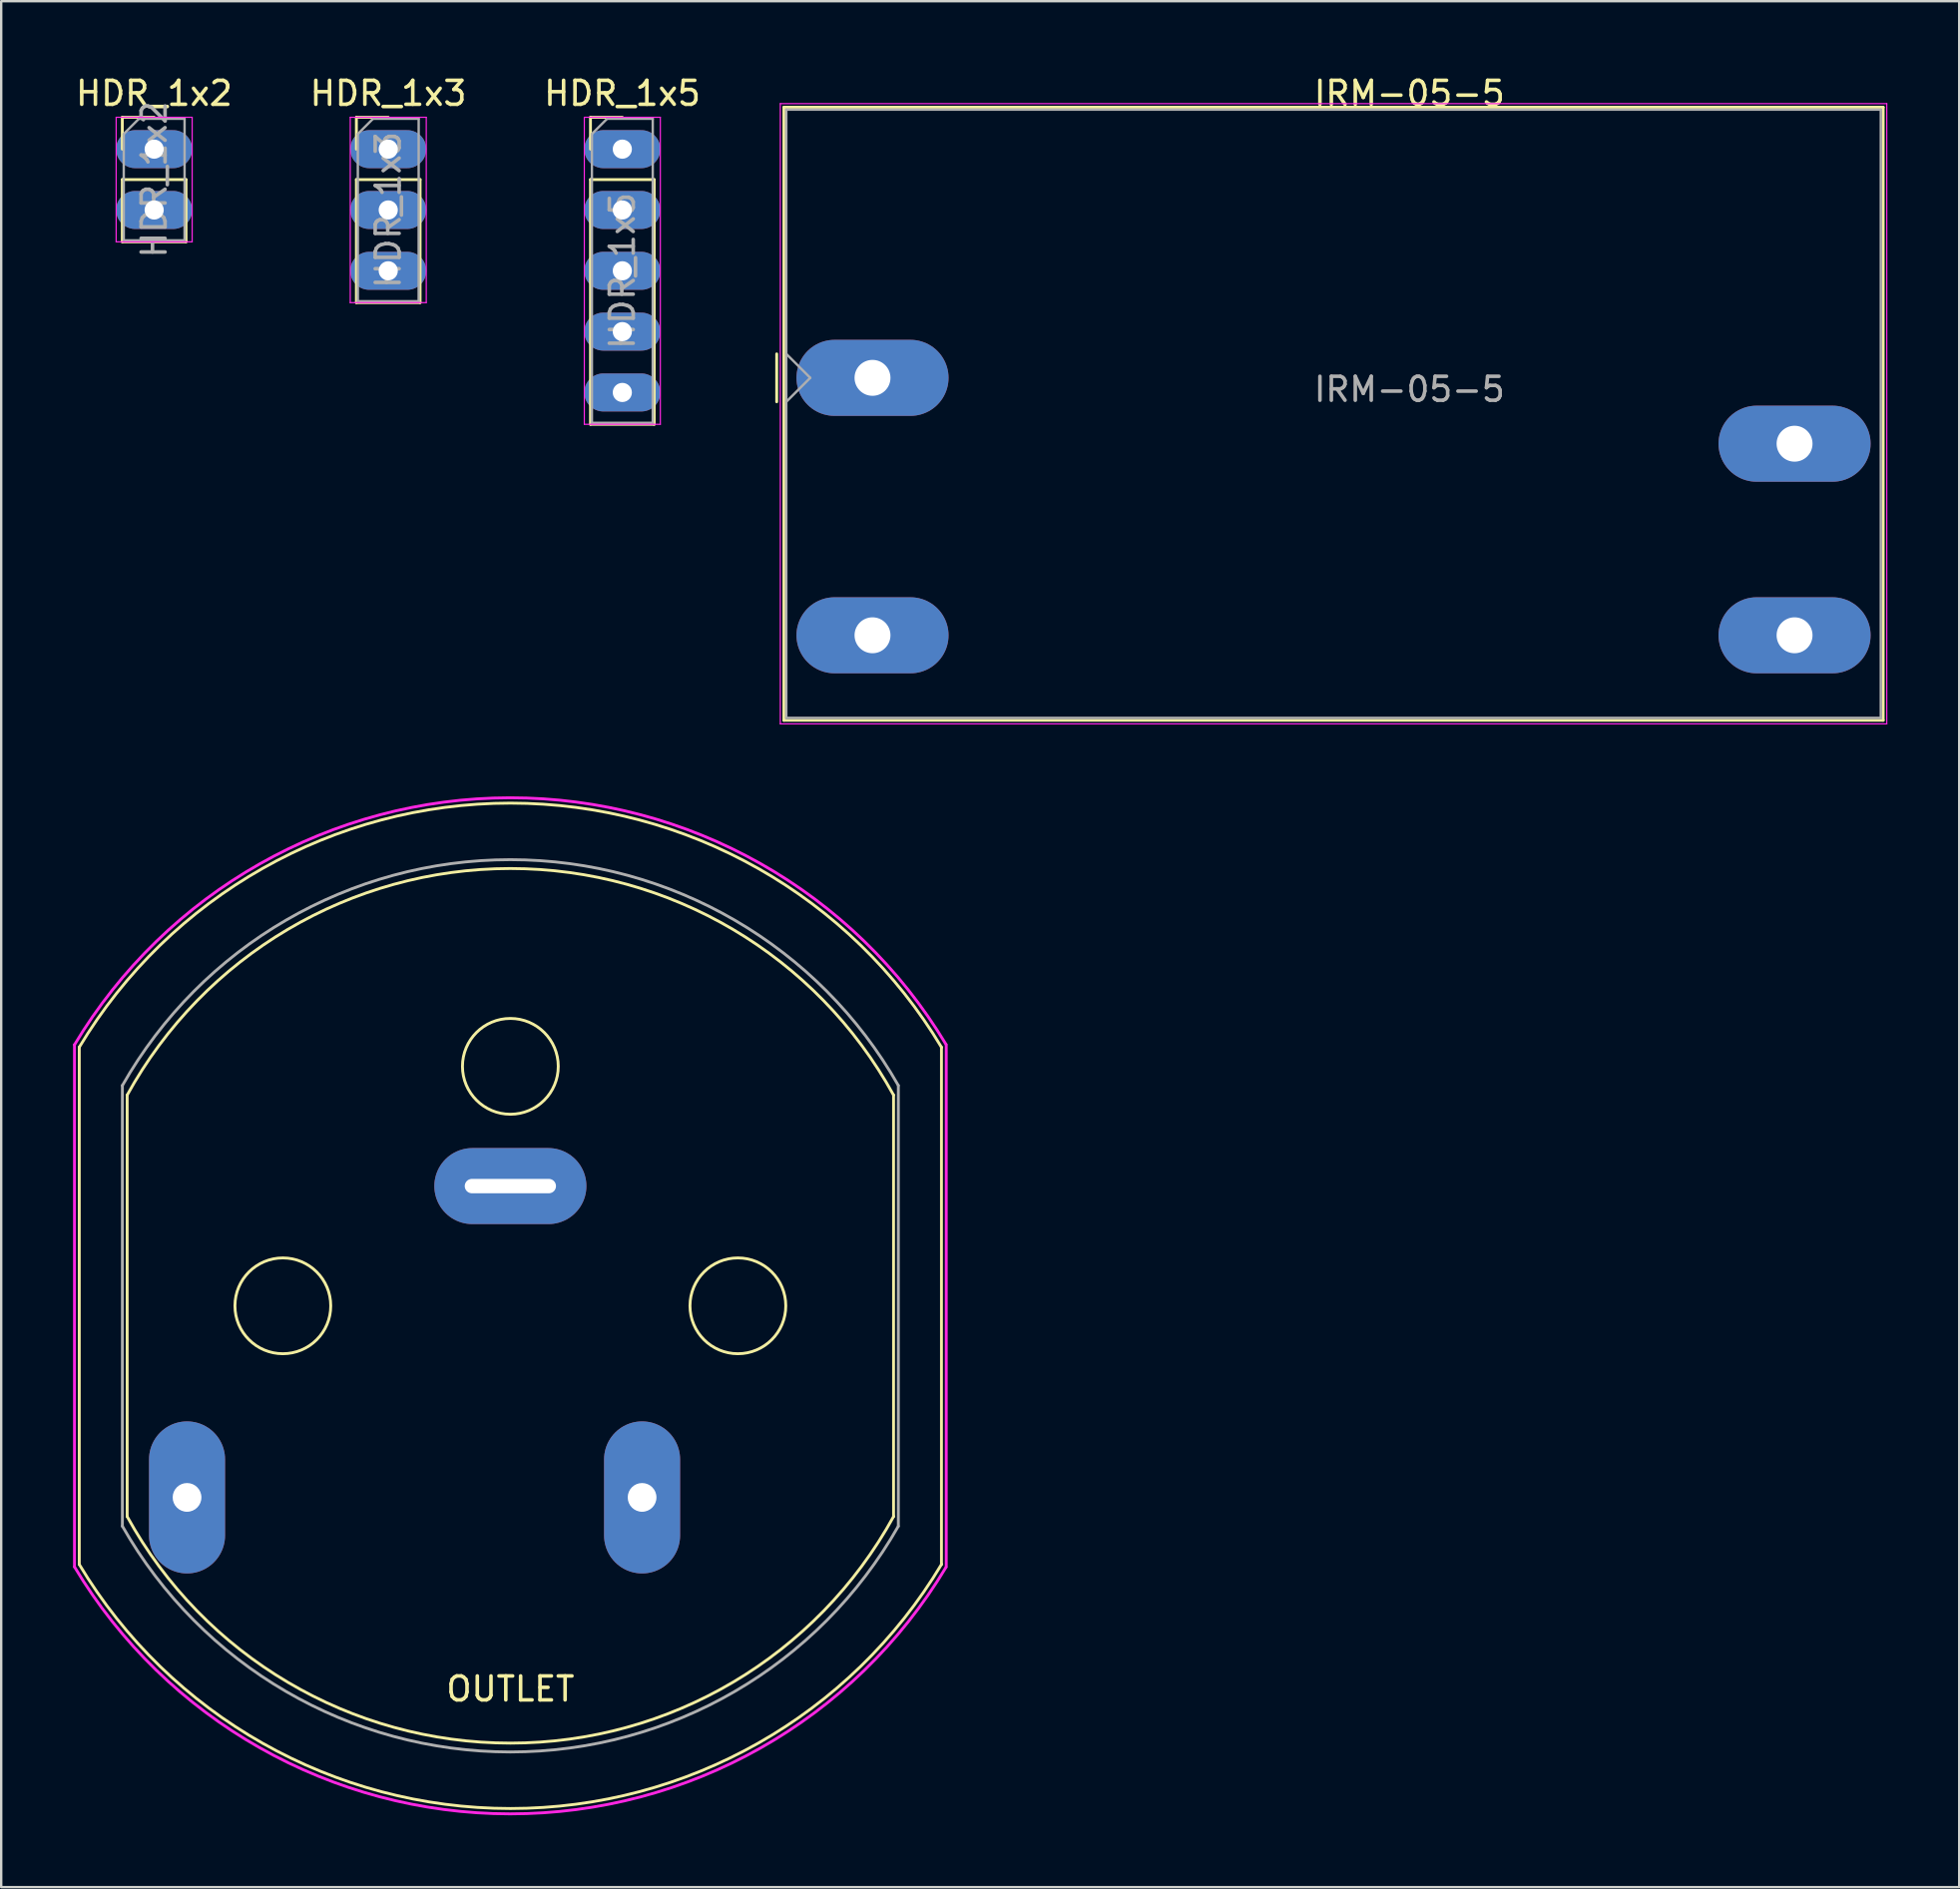
<source format=kicad_pcb>
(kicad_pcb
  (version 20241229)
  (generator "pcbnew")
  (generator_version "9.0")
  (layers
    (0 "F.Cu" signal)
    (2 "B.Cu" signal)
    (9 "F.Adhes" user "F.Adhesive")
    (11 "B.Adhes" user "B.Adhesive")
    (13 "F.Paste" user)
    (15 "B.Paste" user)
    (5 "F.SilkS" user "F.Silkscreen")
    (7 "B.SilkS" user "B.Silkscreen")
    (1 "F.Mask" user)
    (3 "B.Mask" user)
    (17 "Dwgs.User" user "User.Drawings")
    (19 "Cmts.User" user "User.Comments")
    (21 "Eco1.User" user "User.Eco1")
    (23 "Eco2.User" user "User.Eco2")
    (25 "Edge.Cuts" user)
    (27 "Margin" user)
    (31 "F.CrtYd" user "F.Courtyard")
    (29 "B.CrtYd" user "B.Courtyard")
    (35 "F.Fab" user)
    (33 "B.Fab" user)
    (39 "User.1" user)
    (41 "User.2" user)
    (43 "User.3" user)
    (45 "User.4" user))
  (footprint "HDR_1x5"
    (layer "F.Cu")
    (at 22.935 3.178)
    (property "Reference" "HDR_1x5" (at 0 -2.33 0) (layer "F.SilkS") (effects (font (size 1 1) (thickness 0.15))))
    (attr through_hole)
    (fp_line (start -1.33 -1.33) (end 0 -1.33) (stroke (width 0.12) (type solid)) (layer "F.SilkS"))
    (fp_line (start -1.33 0) (end -1.33 -1.33) (stroke (width 0.12) (type solid)) (layer "F.SilkS"))
    (fp_line (start -1.33 1.27) (end -1.33 11.49) (stroke (width 0.12) (type solid)) (layer "F.SilkS"))
    (fp_line (start -1.33 1.27) (end 1.33 1.27) (stroke (width 0.12) (type solid)) (layer "F.SilkS"))
    (fp_line (start -1.33 11.49) (end 1.33 11.49) (stroke (width 0.12) (type solid)) (layer "F.SilkS"))
    (fp_line (start 1.33 1.27) (end 1.33 11.49) (stroke (width 0.12) (type solid)) (layer "F.SilkS"))
    (fp_line (start -1.587 -1.33) (end -1.587 11.49) (stroke (width 0.05) (type solid)) (layer "F.CrtYd"))
    (fp_line (start -1.587 11.49) (end 1.587 11.49) (stroke (width 0.05) (type solid)) (layer "F.CrtYd"))
    (fp_line (start 1.587 -1.33) (end -1.587 -1.33) (stroke (width 0.05) (type solid)) (layer "F.CrtYd"))
    (fp_line (start 1.587 11.49) (end 1.587 -1.33) (stroke (width 0.05) (type solid)) (layer "F.CrtYd"))
    (fp_line (start -1.27 -0.635) (end -0.635 -1.27) (stroke (width 0.1) (type solid)) (layer "F.Fab"))
    (fp_line (start -1.27 11.43) (end -1.27 -0.635) (stroke (width 0.1) (type solid)) (layer "F.Fab"))
    (fp_line (start -0.635 -1.27) (end 1.27 -1.27) (stroke (width 0.1) (type solid)) (layer "F.Fab"))
    (fp_line (start 1.27 -1.27) (end 1.27 11.43) (stroke (width 0.1) (type solid)) (layer "F.Fab"))
    (fp_line (start 1.27 11.43) (end -1.27 11.43) (stroke (width 0.1) (type solid)) (layer "F.Fab"))
    (fp_text user "${REFERENCE}" (at 0 5.08 90) (layer "F.Fab") (effects (font (size 1 1) (thickness 0.15))))
    (pad "1" thru_hole oval (at 0 0) (size 3.175 1.587) (drill 0.8) (layers "*.Cu" "*.Mask"))
    (pad "2" thru_hole oval (at 0 2.54) (size 3.175 1.587) (drill 0.8) (layers "*.Cu" "*.Mask"))
    (pad "3" thru_hole oval (at 0 5.08) (size 3.175 1.587) (drill 0.8) (layers "*.Cu" "*.Mask"))
    (pad "4" thru_hole oval (at 0 7.62) (size 3.175 1.587) (drill 0.8) (layers "*.Cu" "*.Mask"))
    (pad "5" thru_hole oval (at 0 10.16) (size 3.175 1.587) (drill 0.8) (layers "*.Cu" "*.Mask")))
  (footprint "IRM-05-5"
    (layer "F.Cu")
    (at 33.381 12.728)
    (property "Reference" "IRM-05-5" (at 22.42 -11.88 0) (layer "F.SilkS") (effects (font (size 1 1) (thickness 0.15))))
    (attr through_hole)
    (fp_line (start -4 -1) (end -4 1) (stroke (width 0.12) (type solid)) (layer "F.SilkS"))
    (fp_line (start -3.7 -11.3) (end -3.7 14.3) (stroke (width 0.12) (type solid)) (layer "F.SilkS"))
    (fp_line (start -3.7 -11.3) (end 42.2 -11.3) (stroke (width 0.12) (type solid)) (layer "F.SilkS"))
    (fp_line (start -3.7 14.3) (end 42.2 14.3) (stroke (width 0.12) (type solid)) (layer "F.SilkS"))
    (fp_line (start 42.2 -11.3) (end 42.2 14.3) (stroke (width 0.12) (type solid)) (layer "F.SilkS"))
    (fp_line (start -3.85 -11.45) (end -3.85 14.45) (stroke (width 0.05) (type solid)) (layer "F.CrtYd"))
    (fp_line (start -3.85 -11.45) (end 42.35 -11.45) (stroke (width 0.05) (type solid)) (layer "F.CrtYd"))
    (fp_line (start -3.85 14.45) (end 42.35 14.45) (stroke (width 0.05) (type solid)) (layer "F.CrtYd"))
    (fp_line (start 42.35 -11.45) (end 42.35 14.45) (stroke (width 0.05) (type solid)) (layer "F.CrtYd"))
    (fp_line (start -3.6 -11.2) (end -3.6 14.2) (stroke (width 0.1) (type solid)) (layer "F.Fab"))
    (fp_line (start -3.6 14.2) (end 42.1 14.2) (stroke (width 0.1) (type solid)) (layer "F.Fab"))
    (fp_line (start -2.6 0) (end -3.6 -1) (stroke (width 0.1) (type solid)) (layer "F.Fab"))
    (fp_line (start -2.6 0) (end -3.6 1) (stroke (width 0.1) (type solid)) (layer "F.Fab"))
    (fp_line (start 42.1 -11.2) (end -3.6 -11.2) (stroke (width 0.1) (type solid)) (layer "F.Fab"))
    (fp_line (start 42.1 -11.2) (end 42.1 14.2) (stroke (width 0.1) (type solid)) (layer "F.Fab"))
    (fp_text user "${REFERENCE}" (at 22.42 0.48 0) (layer "F.Fab") (effects (font (size 1 1) (thickness 0.15))))
    (pad "1" thru_hole oval (at 0 0) (size 6.35 3.175) (drill 1.5) (layers "*.Cu" "*.Mask"))
    (pad "2" thru_hole oval (at 0 10.75) (size 6.35 3.175) (drill 1.5) (layers "*.Cu" "*.Mask"))
    (pad "3" thru_hole oval (at 38.5 10.75) (size 6.35 3.175) (drill 1.5) (layers "*.Cu" "*.Mask"))
    (pad "4" thru_hole oval (at 38.5 2.75) (size 6.35 3.175) (drill 1.5) (layers "*.Cu" "*.Mask")))
  (footprint "HDR_1x3"
    (layer "F.Cu")
    (at 13.161 3.178)
    (property "Reference" "HDR_1x3" (at 0 -2.33 0) (layer "F.SilkS") (effects (font (size 1 1) (thickness 0.15))))
    (attr through_hole)
    (fp_line (start -1.33 -1.33) (end 0 -1.33) (stroke (width 0.12) (type solid)) (layer "F.SilkS"))
    (fp_line (start -1.33 0) (end -1.33 -1.33) (stroke (width 0.12) (type solid)) (layer "F.SilkS"))
    (fp_line (start -1.33 1.27) (end -1.33 6.41) (stroke (width 0.12) (type solid)) (layer "F.SilkS"))
    (fp_line (start -1.33 1.27) (end 1.33 1.27) (stroke (width 0.12) (type solid)) (layer "F.SilkS"))
    (fp_line (start -1.33 6.41) (end 1.33 6.41) (stroke (width 0.12) (type solid)) (layer "F.SilkS"))
    (fp_line (start 1.33 1.27) (end 1.33 6.41) (stroke (width 0.12) (type solid)) (layer "F.SilkS"))
    (fp_line (start -1.587 -1.33) (end -1.587 6.41) (stroke (width 0.05) (type solid)) (layer "F.CrtYd"))
    (fp_line (start -1.587 -1.33) (end 1.587 -1.33) (stroke (width 0.05) (type solid)) (layer "F.CrtYd"))
    (fp_line (start -1.587 6.41) (end 1.587 6.41) (stroke (width 0.05) (type solid)) (layer "F.CrtYd"))
    (fp_line (start 1.587 6.41) (end 1.587 -1.33) (stroke (width 0.05) (type solid)) (layer "F.CrtYd"))
    (fp_line (start -1.27 -0.635) (end -0.635 -1.27) (stroke (width 0.1) (type solid)) (layer "F.Fab"))
    (fp_line (start -1.27 6.35) (end -1.27 -0.635) (stroke (width 0.1) (type solid)) (layer "F.Fab"))
    (fp_line (start -0.635 -1.27) (end 1.27 -1.27) (stroke (width 0.1) (type solid)) (layer "F.Fab"))
    (fp_line (start 1.27 -1.27) (end 1.27 6.35) (stroke (width 0.1) (type solid)) (layer "F.Fab"))
    (fp_line (start 1.27 6.35) (end -1.27 6.35) (stroke (width 0.1) (type solid)) (layer "F.Fab"))
    (fp_text user "${REFERENCE}" (at 0 2.54 90) (layer "F.Fab") (effects (font (size 1 1) (thickness 0.15))))
    (pad "1" thru_hole oval (at 0 0) (size 3.175 1.587) (drill 0.8) (layers "*.Cu" "*.Mask"))
    (pad "2" thru_hole oval (at 0 2.54) (size 3.175 1.587) (drill 0.8) (layers "*.Cu" "*.Mask"))
    (pad "3" thru_hole oval (at 0 5.08) (size 3.175 1.587) (drill 0.8) (layers "*.Cu" "*.Mask")))
  (footprint "HDR_1x2"
    (layer "F.Cu")
    (at 3.387 3.178)
    (property "Reference" "HDR_1x2" (at 0 -2.33 0) (layer "F.SilkS") (effects (font (size 1 1) (thickness 0.15))))
    (attr through_hole)
    (fp_line (start -1.33 -1.33) (end 0 -1.33) (stroke (width 0.12) (type solid)) (layer "F.SilkS"))
    (fp_line (start -1.33 0) (end -1.33 -1.33) (stroke (width 0.12) (type solid)) (layer "F.SilkS"))
    (fp_line (start -1.33 1.27) (end -1.33 3.87) (stroke (width 0.12) (type solid)) (layer "F.SilkS"))
    (fp_line (start -1.33 1.27) (end 1.33 1.27) (stroke (width 0.12) (type solid)) (layer "F.SilkS"))
    (fp_line (start -1.33 3.87) (end 1.33 3.87) (stroke (width 0.12) (type solid)) (layer "F.SilkS"))
    (fp_line (start 1.33 1.27) (end 1.33 3.87) (stroke (width 0.12) (type solid)) (layer "F.SilkS"))
    (fp_line (start -1.587 -1.33) (end -1.587 3.87) (stroke (width 0.05) (type solid)) (layer "F.CrtYd"))
    (fp_line (start -1.587 3.87) (end 1.587 3.87) (stroke (width 0.05) (type solid)) (layer "F.CrtYd"))
    (fp_line (start 1.587 -1.33) (end -1.587 -1.33) (stroke (width 0.05) (type solid)) (layer "F.CrtYd"))
    (fp_line (start 1.587 3.87) (end 1.587 -1.33) (stroke (width 0.05) (type solid)) (layer "F.CrtYd"))
    (fp_line (start -1.27 -0.635) (end -0.635 -1.27) (stroke (width 0.1) (type solid)) (layer "F.Fab"))
    (fp_line (start -1.27 3.81) (end -1.27 -0.635) (stroke (width 0.1) (type solid)) (layer "F.Fab"))
    (fp_line (start -0.635 -1.27) (end 1.27 -1.27) (stroke (width 0.1) (type solid)) (layer "F.Fab"))
    (fp_line (start 1.27 -1.27) (end 1.27 3.81) (stroke (width 0.1) (type solid)) (layer "F.Fab"))
    (fp_line (start 1.27 3.81) (end -1.27 3.81) (stroke (width 0.1) (type solid)) (layer "F.Fab"))
    (fp_text user "${REFERENCE}" (at 0 1.27 90) (layer "F.Fab") (effects (font (size 1 1) (thickness 0.15))))
    (pad "1" thru_hole oval (at 0 0) (size 3.175 1.587) (drill 0.8) (layers "*.Cu" "*.Mask"))
    (pad "2" thru_hole oval (at 0 2.54) (size 3.175 1.587) (drill 0.8) (layers "*.Cu" "*.Mask")))
  (footprint "OUTLET"
    (layer "F.Cu")
    (at 18.26 51.478)
    (property "Reference" "OUTLET" (at 0 16 0) (layer "F.SilkS") (effects (font (size 1 1) (thickness 0.15))))
    (attr through_hole)
    (fp_line (start -18 10.8) (end -18 -10.8) (stroke (width 0.12) (type solid)) (layer "F.SilkS"))
    (fp_line (start -16 -8.8) (end -16 8.8) (stroke (width 0.12) (type solid)) (layer "F.SilkS"))
    (fp_line (start 16 -8.8) (end 16 8.8) (stroke (width 0.12) (type solid)) (layer "F.SilkS"))
    (fp_line (start 18 10.8) (end 18 -10.8) (stroke (width 0.12) (type solid)) (layer "F.SilkS"))
    (fp_arc (start -18 -10.8) (mid 0.00504 -20.991426) (end 18.005184 -10.791355) (stroke (width 0.12) (type solid)) (layer "F.SilkS"))
    (fp_arc (start -16.003314 -8.793971) (mid -0.00344 -18.260339) (end 16 -8.8) (stroke (width 0.12) (type solid)) (layer "F.SilkS"))
    (fp_arc (start 16.003314 8.793971) (mid 0.00344 18.260339) (end -16 8.8) (stroke (width 0.12) (type solid)) (layer "F.SilkS"))
    (fp_arc (start 18.005184 10.791355) (mid 0.00504 20.991426) (end -18 10.8) (stroke (width 0.12) (type solid)) (layer "F.SilkS"))
    (fp_circle (center -9.5 0) (end -7.5 0) (stroke (width 0.12) (type solid)) (fill no) (layer "F.SilkS"))
    (fp_circle (center 0 -10) (end 2 -10) (stroke (width 0.12) (type solid)) (fill no) (layer "F.SilkS"))
    (fp_circle (center 9.5 0) (end 11.5 0) (stroke (width 0.12) (type solid)) (fill no) (layer "F.SilkS"))
    (fp_line (start -18.2 10.9) (end -18.2 -10.9) (stroke (width 0.12) (type solid)) (layer "F.CrtYd"))
    (fp_line (start 18.2 10.9) (end 18.2 -10.9) (stroke (width 0.12) (type solid)) (layer "F.CrtYd"))
    (fp_arc (start -18.2 -10.9) (mid -0.012056 -21.214378) (end 18.187599 -10.920679) (stroke (width 0.12) (type solid)) (layer "F.CrtYd"))
    (fp_arc (start 18.187599 10.920679) (mid -0.012056 21.214378) (end -18.2 10.9) (stroke (width 0.12) (type solid)) (layer "F.CrtYd"))
    (fp_line (start -16.2 9.2) (end -16.2 -9.2) (stroke (width 0.12) (type solid)) (layer "F.Fab"))
    (fp_line (start 16.2 9.2) (end 16.2 -9.2) (stroke (width 0.12) (type solid)) (layer "F.Fab"))
    (fp_arc (start -16.2 -9.2) (mid -0.002505 -18.630083) (end 16.197525 -9.204356) (stroke (width 0.12) (type solid)) (layer "F.Fab"))
    (fp_arc (start 16.197525 9.204356) (mid -0.002505 18.630083) (end -16.2 9.2) (stroke (width 0.12) (type solid)) (layer "F.Fab"))
    (pad "1" thru_hole oval (at -13.5 8) (size 3.175 6.35) (drill 1.2) (layers "*.Cu" "*.Mask"))
    (pad "2" thru_hole oval (at 5.5 8) (size 3.175 6.35) (drill 1.2) (layers "*.Cu" "*.Mask"))
    (pad "3" thru_hole oval (at 0 -5) (size 6.35 3.175) (drill oval 3.81 0.6) (layers "*.Cu" "*.Mask")))
  (gr_rect
    (start -3 -3)
    (end 78.756 75.752)
    (stroke (width 0.1) (type default))
    (fill no)
    (layer "Edge.Cuts")))
</source>
